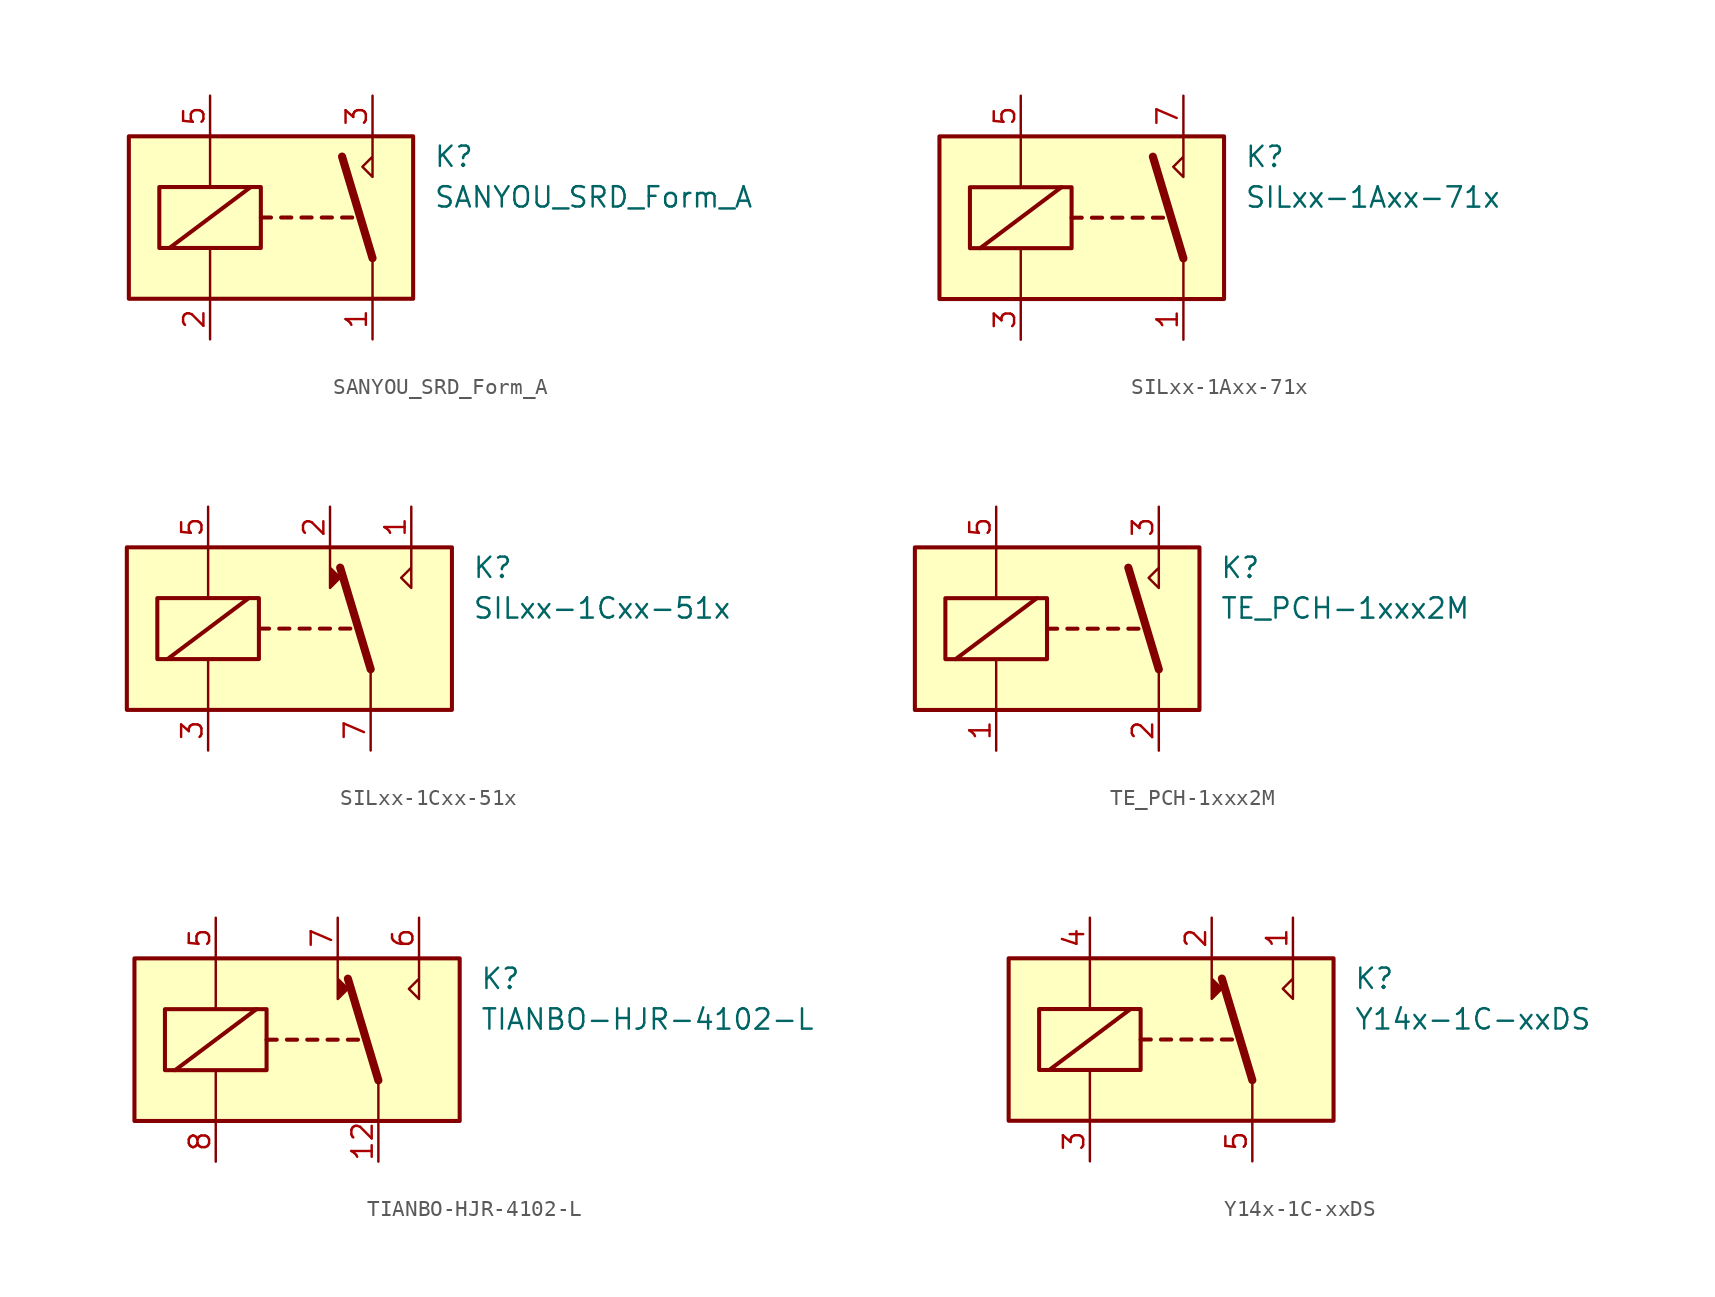
<source format=kicad_sym>
(kicad_symbol_lib
  (version 20220914)
  (generator kicad_symbol_editor)
  (symbol "SANYOU_SRD_Form_A"
    (property "Reference" "K"
      (at 8.89 3.81 0)
      (effects (font (size 1.27 1.27)) (justify left)))
    (property "Value" "SANYOU_SRD_Form_A"
      (at 8.89 1.27 0)
      (effects (font (size 1.27 1.27)) (justify left)))
    (symbol "SANYOU_SRD_Form_A_0_0"
      (polyline (pts (xy 5.08 5.08) (xy 5.08 2.54) (xy 4.445 3.175) (xy 5.08 3.81)) (stroke (width 0) (type default)) (fill (type none))))
    (symbol "SANYOU_SRD_Form_A_0_1"
      (rectangle (start -10.16 5.08) (end 7.62 -5.08) (stroke (width 0.254) (type default)) (fill (type background)))
      (rectangle (start -8.255 1.905) (end -1.905 -1.905) (stroke (width 0.254) (type default)) (fill (type none)))
      (polyline (pts (xy -7.62 -1.905) (xy -2.54 1.905)) (stroke (width 0.254) (type default)) (fill (type none)))
      (polyline (pts (xy -5.08 -5.08) (xy -5.08 -1.905)) (stroke (width 0) (type default)) (fill (type none)))
      (polyline (pts (xy -5.08 5.08) (xy -5.08 1.905)) (stroke (width 0) (type default)) (fill (type none)))
      (polyline (pts (xy -1.905 0) (xy -1.27 0)) (stroke (width 0.254) (type default)) (fill (type none)))
      (polyline (pts (xy -0.635 0) (xy 0 0)) (stroke (width 0.254) (type default)) (fill (type none)))
      (polyline (pts (xy 0.635 0) (xy 1.27 0)) (stroke (width 0.254) (type default)) (fill (type none)))
      (polyline (pts (xy 1.905 0) (xy 2.54 0)) (stroke (width 0.254) (type default)) (fill (type none)))
      (polyline (pts (xy 3.175 0) (xy 3.81 0)) (stroke (width 0.254) (type default)) (fill (type none)))
      (polyline (pts (xy 5.08 -2.54) (xy 3.175 3.81)) (stroke (width 0.508) (type default)) (fill (type none)))
      (polyline (pts (xy 5.08 -2.54) (xy 5.08 -5.08)) (stroke (width 0) (type default)) (fill (type none))))
    (symbol "SANYOU_SRD_Form_A_1_1"
      (pin passive line (at 5.08 -7.62 90) (length 2.54) (name "~" (effects (font (size 1.27 1.27)))) (number "1" (effects (font (size 1.27 1.27)))))
      (pin passive line (at -5.08 -7.62 90) (length 2.54) (name "~" (effects (font (size 1.27 1.27)))) (number "2" (effects (font (size 1.27 1.27)))))
      (pin passive line (at 5.08 7.62 270) (length 2.54) (name "~" (effects (font (size 1.27 1.27)))) (number "3" (effects (font (size 1.27 1.27)))))
      (pin passive line (at -5.08 7.62 270) (length 2.54) (name "~" (effects (font (size 1.27 1.27)))) (number "5" (effects (font (size 1.27 1.27)))))))
  (symbol "SILxx-1Axx-71x"
    (property "Reference" "K"
      (at 8.89 3.81 0)
      (effects (font (size 1.27 1.27)) (justify left)))
    (property "Value" "SILxx-1Axx-71x"
      (at 8.89 1.27 0)
      (effects (font (size 1.27 1.27)) (justify left)))
    (symbol "SILxx-1Axx-71x_0_0"
      (polyline (pts (xy 5.08 5.08) (xy 5.08 2.54) (xy 4.445 3.175) (xy 5.08 3.81)) (stroke (width 0) (type default)) (fill (type none))))
    (symbol "SILxx-1Axx-71x_0_1"
      (rectangle (start -10.16 5.08) (end 7.62 -5.08) (stroke (width 0.254) (type default)) (fill (type background)))
      (rectangle (start -8.255 1.905) (end -1.905 -1.905) (stroke (width 0.254) (type default)) (fill (type none)))
      (polyline (pts (xy -7.62 -1.905) (xy -2.54 1.905)) (stroke (width 0.254) (type default)) (fill (type none)))
      (polyline (pts (xy -5.08 -5.08) (xy -5.08 -1.905)) (stroke (width 0) (type default)) (fill (type none)))
      (polyline (pts (xy -5.08 5.08) (xy -5.08 1.905)) (stroke (width 0) (type default)) (fill (type none)))
      (polyline (pts (xy -1.905 0) (xy -1.27 0)) (stroke (width 0.254) (type default)) (fill (type none)))
      (polyline (pts (xy -0.635 0) (xy 0 0)) (stroke (width 0.254) (type default)) (fill (type none)))
      (polyline (pts (xy 0.635 0) (xy 1.27 0)) (stroke (width 0.254) (type default)) (fill (type none)))
      (polyline (pts (xy 1.905 0) (xy 2.54 0)) (stroke (width 0.254) (type default)) (fill (type none)))
      (polyline (pts (xy 3.175 0) (xy 3.81 0)) (stroke (width 0.254) (type default)) (fill (type none)))
      (polyline (pts (xy 5.08 -2.54) (xy 3.175 3.81)) (stroke (width 0.508) (type default)) (fill (type none)))
      (polyline (pts (xy 5.08 -2.54) (xy 5.08 -5.08)) (stroke (width 0) (type default)) (fill (type none))))
    (symbol "SILxx-1Axx-71x_1_1"
      (pin passive line (at 5.08 -7.62 90) (length 2.54) (name "~" (effects (font (size 1.27 1.27)))) (number "1" (effects (font (size 1.27 1.27)))))
      (pin passive line (at -5.08 -7.62 90) (length 2.54) (name "~" (effects (font (size 1.27 1.27)))) (number "3" (effects (font (size 1.27 1.27)))))
      (pin passive line (at -5.08 7.62 270) (length 2.54) (name "~" (effects (font (size 1.27 1.27)))) (number "5" (effects (font (size 1.27 1.27)))))
      (pin passive line (at 5.08 7.62 270) (length 2.54) (name "~" (effects (font (size 1.27 1.27)))) (number "7" (effects (font (size 1.27 1.27)))))))
  (symbol "SILxx-1Cxx-51x"
    (property "Reference" "K"
      (at 11.43 3.81 0)
      (effects (font (size 1.27 1.27)) (justify left)))
    (property "Value" "SILxx-1Cxx-51x"
      (at 11.43 1.27 0)
      (effects (font (size 1.27 1.27)) (justify left)))
    (symbol "SILxx-1Cxx-51x_0_0"
      (polyline (pts (xy 7.62 5.08) (xy 7.62 2.54) (xy 6.985 3.175) (xy 7.62 3.81)) (stroke (width 0) (type default)) (fill (type none))))
    (symbol "SILxx-1Cxx-51x_0_1"
      (rectangle (start -10.16 5.08) (end 10.16 -5.08) (stroke (width 0.254) (type default)) (fill (type background)))
      (rectangle (start -8.255 1.905) (end -1.905 -1.905) (stroke (width 0.254) (type default)) (fill (type none)))
      (polyline (pts (xy -7.62 -1.905) (xy -2.54 1.905)) (stroke (width 0.254) (type default)) (fill (type none)))
      (polyline (pts (xy -5.08 -5.08) (xy -5.08 -1.905)) (stroke (width 0) (type default)) (fill (type none)))
      (polyline (pts (xy -5.08 5.08) (xy -5.08 1.905)) (stroke (width 0) (type default)) (fill (type none)))
      (polyline (pts (xy -1.905 0) (xy -1.27 0)) (stroke (width 0.254) (type default)) (fill (type none)))
      (polyline (pts (xy -0.635 0) (xy 0 0)) (stroke (width 0.254) (type default)) (fill (type none)))
      (polyline (pts (xy 0.635 0) (xy 1.27 0)) (stroke (width 0.254) (type default)) (fill (type none)))
      (polyline (pts (xy 1.905 0) (xy 2.54 0)) (stroke (width 0.254) (type default)) (fill (type none)))
      (polyline (pts (xy 3.175 0) (xy 3.81 0)) (stroke (width 0.254) (type default)) (fill (type none)))
      (polyline (pts (xy 5.08 -2.54) (xy 3.175 3.81)) (stroke (width 0.508) (type default)) (fill (type none)))
      (polyline (pts (xy 5.08 -2.54) (xy 5.08 -5.08)) (stroke (width 0) (type default)) (fill (type none)))
      (polyline (pts (xy 2.54 5.08) (xy 2.54 2.54) (xy 3.175 3.175) (xy 2.54 3.81)) (stroke (width 0) (type default)) (fill (type outline))))
    (symbol "SILxx-1Cxx-51x_1_1"
      (pin passive line (at 7.62 7.62 270) (length 2.54) (name "~" (effects (font (size 1.27 1.27)))) (number "1" (effects (font (size 1.27 1.27)))))
      (pin passive line (at 2.54 7.62 270) (length 2.54) (name "~" (effects (font (size 1.27 1.27)))) (number "2" (effects (font (size 1.27 1.27)))))
      (pin passive line (at -5.08 -7.62 90) (length 2.54) (name "~" (effects (font (size 1.27 1.27)))) (number "3" (effects (font (size 1.27 1.27)))))
      (pin passive line (at -5.08 7.62 270) (length 2.54) (name "~" (effects (font (size 1.27 1.27)))) (number "5" (effects (font (size 1.27 1.27)))))
      (pin passive line (at 5.08 -7.62 90) (length 2.54) (name "~" (effects (font (size 1.27 1.27)))) (number "7" (effects (font (size 1.27 1.27)))))))
  (symbol "TE_PCH-1xxx2M"
    (property "Reference" "K"
      (at 8.89 3.81 0)
      (effects (font (size 1.27 1.27)) (justify left)))
    (property "Value" "TE_PCH-1xxx2M"
      (at 8.89 1.27 0)
      (effects (font (size 1.27 1.27)) (justify left)))
    (symbol "TE_PCH-1xxx2M_0_0"
      (polyline (pts (xy 5.08 5.08) (xy 5.08 2.54) (xy 4.445 3.175) (xy 5.08 3.81)) (stroke (width 0) (type default)) (fill (type none))))
    (symbol "TE_PCH-1xxx2M_0_1"
      (rectangle (start -10.16 5.08) (end 7.62 -5.08) (stroke (width 0.254) (type default)) (fill (type background)))
      (rectangle (start -8.255 1.905) (end -1.905 -1.905) (stroke (width 0.254) (type default)) (fill (type none)))
      (polyline (pts (xy -7.62 -1.905) (xy -2.54 1.905)) (stroke (width 0.254) (type default)) (fill (type none)))
      (polyline (pts (xy -5.08 -5.08) (xy -5.08 -1.905)) (stroke (width 0) (type default)) (fill (type none)))
      (polyline (pts (xy -5.08 5.08) (xy -5.08 1.905)) (stroke (width 0) (type default)) (fill (type none)))
      (polyline (pts (xy -1.905 0) (xy -1.27 0)) (stroke (width 0.254) (type default)) (fill (type none)))
      (polyline (pts (xy -0.635 0) (xy 0 0)) (stroke (width 0.254) (type default)) (fill (type none)))
      (polyline (pts (xy 0.635 0) (xy 1.27 0)) (stroke (width 0.254) (type default)) (fill (type none)))
      (polyline (pts (xy 1.905 0) (xy 2.54 0)) (stroke (width 0.254) (type default)) (fill (type none)))
      (polyline (pts (xy 3.175 0) (xy 3.81 0)) (stroke (width 0.254) (type default)) (fill (type none)))
      (polyline (pts (xy 5.08 -2.54) (xy 3.175 3.81)) (stroke (width 0.508) (type default)) (fill (type none)))
      (polyline (pts (xy 5.08 -2.54) (xy 5.08 -5.08)) (stroke (width 0) (type default)) (fill (type none))))
    (symbol "TE_PCH-1xxx2M_1_1"
      (pin passive line (at -5.08 -7.62 90) (length 2.54) (name "~" (effects (font (size 1.27 1.27)))) (number "1" (effects (font (size 1.27 1.27)))))
      (pin passive line (at 5.08 -7.62 90) (length 2.54) (name "~" (effects (font (size 1.27 1.27)))) (number "2" (effects (font (size 1.27 1.27)))))
      (pin passive line (at 5.08 7.62 270) (length 2.54) (name "~" (effects (font (size 1.27 1.27)))) (number "3" (effects (font (size 1.27 1.27)))))
      (pin passive line (at -5.08 7.62 270) (length 2.54) (name "~" (effects (font (size 1.27 1.27)))) (number "5" (effects (font (size 1.27 1.27)))))))
  (symbol "TIANBO-HJR-4102-L"
    (property "Reference" "K"
      (at 11.43 3.81 0)
      (effects (font (size 1.27 1.27)) (justify left)))
    (property "Value" "TIANBO-HJR-4102-L"
      (at 11.43 1.27 0)
      (effects (font (size 1.27 1.27)) (justify left)))
    (symbol "TIANBO-HJR-4102-L_0_0"
      (polyline (pts (xy 7.62 5.08) (xy 7.62 2.54) (xy 6.985 3.175) (xy 7.62 3.81)) (stroke (width 0) (type default)) (fill (type none))))
    (symbol "TIANBO-HJR-4102-L_0_1"
      (rectangle (start -10.16 5.08) (end 10.16 -5.08) (stroke (width 0.254) (type default)) (fill (type background)))
      (rectangle (start -8.255 1.905) (end -1.905 -1.905) (stroke (width 0.254) (type default)) (fill (type none)))
      (polyline (pts (xy -7.62 -1.905) (xy -2.54 1.905)) (stroke (width 0.254) (type default)) (fill (type none)))
      (polyline (pts (xy -5.08 -5.08) (xy -5.08 -1.905)) (stroke (width 0) (type default)) (fill (type none)))
      (polyline (pts (xy -5.08 5.08) (xy -5.08 1.905)) (stroke (width 0) (type default)) (fill (type none)))
      (polyline (pts (xy -1.905 0) (xy -1.27 0)) (stroke (width 0.254) (type default)) (fill (type none)))
      (polyline (pts (xy -0.635 0) (xy 0 0)) (stroke (width 0.254) (type default)) (fill (type none)))
      (polyline (pts (xy 0.635 0) (xy 1.27 0)) (stroke (width 0.254) (type default)) (fill (type none)))
      (polyline (pts (xy 1.905 0) (xy 2.54 0)) (stroke (width 0.254) (type default)) (fill (type none)))
      (polyline (pts (xy 3.175 0) (xy 3.81 0)) (stroke (width 0.254) (type default)) (fill (type none)))
      (polyline (pts (xy 5.08 -2.54) (xy 3.175 3.81)) (stroke (width 0.508) (type default)) (fill (type none)))
      (polyline (pts (xy 5.08 -2.54) (xy 5.08 -5.08)) (stroke (width 0) (type default)) (fill (type none)))
      (polyline (pts (xy 2.54 5.08) (xy 2.54 2.54) (xy 3.175 3.175) (xy 2.54 3.81)) (stroke (width 0) (type default)) (fill (type outline))))
    (symbol "TIANBO-HJR-4102-L_1_1"
      (pin passive line (at 5.08 -7.62 90) (length 2.54) (name "~" (effects (font (size 1.27 1.27)))) (number "12" (effects (font (size 1.27 1.27)))))
      (pin passive line (at -5.08 7.62 270) (length 2.54) (name "~" (effects (font (size 1.27 1.27)))) (number "5" (effects (font (size 1.27 1.27)))))
      (pin passive line (at 7.62 7.62 270) (length 2.54) (name "~" (effects (font (size 1.27 1.27)))) (number "6" (effects (font (size 1.27 1.27)))))
      (pin passive line (at 2.54 7.62 270) (length 2.54) (name "~" (effects (font (size 1.27 1.27)))) (number "7" (effects (font (size 1.27 1.27)))))
      (pin passive line (at -5.08 -7.62 90) (length 2.54) (name "~" (effects (font (size 1.27 1.27)))) (number "8" (effects (font (size 1.27 1.27)))))))
  (symbol "Y14x-1C-xxDS"
    (property "Reference" "K"
      (at 11.43 3.81 0)
      (effects (font (size 1.27 1.27)) (justify left)))
    (property "Value" "Y14x-1C-xxDS"
      (at 11.43 1.27 0)
      (effects (font (size 1.27 1.27)) (justify left)))
    (symbol "Y14x-1C-xxDS_0_0"
      (polyline (pts (xy 7.62 5.08) (xy 7.62 2.54) (xy 6.985 3.175) (xy 7.62 3.81)) (stroke (width 0) (type default)) (fill (type none))))
    (symbol "Y14x-1C-xxDS_0_1"
      (rectangle (start -10.16 5.08) (end 10.16 -5.08) (stroke (width 0.254) (type default)) (fill (type background)))
      (rectangle (start -8.255 1.905) (end -1.905 -1.905) (stroke (width 0.254) (type default)) (fill (type none)))
      (polyline (pts (xy -7.62 -1.905) (xy -2.54 1.905)) (stroke (width 0.254) (type default)) (fill (type none)))
      (polyline (pts (xy -5.08 -5.08) (xy -5.08 -1.905)) (stroke (width 0) (type default)) (fill (type none)))
      (polyline (pts (xy -5.08 5.08) (xy -5.08 1.905)) (stroke (width 0) (type default)) (fill (type none)))
      (polyline (pts (xy -1.905 0) (xy -1.27 0)) (stroke (width 0.254) (type default)) (fill (type none)))
      (polyline (pts (xy -0.635 0) (xy 0 0)) (stroke (width 0.254) (type default)) (fill (type none)))
      (polyline (pts (xy 0.635 0) (xy 1.27 0)) (stroke (width 0.254) (type default)) (fill (type none)))
      (polyline (pts (xy 1.905 0) (xy 2.54 0)) (stroke (width 0.254) (type default)) (fill (type none)))
      (polyline (pts (xy 3.175 0) (xy 3.81 0)) (stroke (width 0.254) (type default)) (fill (type none)))
      (polyline (pts (xy 5.08 -2.54) (xy 3.175 3.81)) (stroke (width 0.508) (type default)) (fill (type none)))
      (polyline (pts (xy 5.08 -2.54) (xy 5.08 -5.08)) (stroke (width 0) (type default)) (fill (type none)))
      (polyline (pts (xy 2.54 5.08) (xy 2.54 2.54) (xy 3.175 3.175) (xy 2.54 3.81)) (stroke (width 0) (type default)) (fill (type outline))))
    (symbol "Y14x-1C-xxDS_1_1"
      (pin passive line (at 7.62 7.62 270) (length 2.54) (name "~" (effects (font (size 1.27 1.27)))) (number "1" (effects (font (size 1.27 1.27)))))
      (pin passive line (at 2.54 7.62 270) (length 2.54) (name "~" (effects (font (size 1.27 1.27)))) (number "2" (effects (font (size 1.27 1.27)))))
      (pin passive line (at -5.08 -7.62 90) (length 2.54) (name "~" (effects (font (size 1.27 1.27)))) (number "3" (effects (font (size 1.27 1.27)))))
      (pin passive line (at -5.08 7.62 270) (length 2.54) (name "~" (effects (font (size 1.27 1.27)))) (number "4" (effects (font (size 1.27 1.27)))))
      (pin passive line (at 5.08 -7.62 90) (length 2.54) (name "~" (effects (font (size 1.27 1.27)))) (number "5" (effects (font (size 1.27 1.27)))))
      (pin passive line (at 5.08 -7.62 90) (length 2.54) hide (name "~" (effects (font (size 1.27 1.27)))) (number "6" (effects (font (size 1.27 1.27))))))))
</source>
